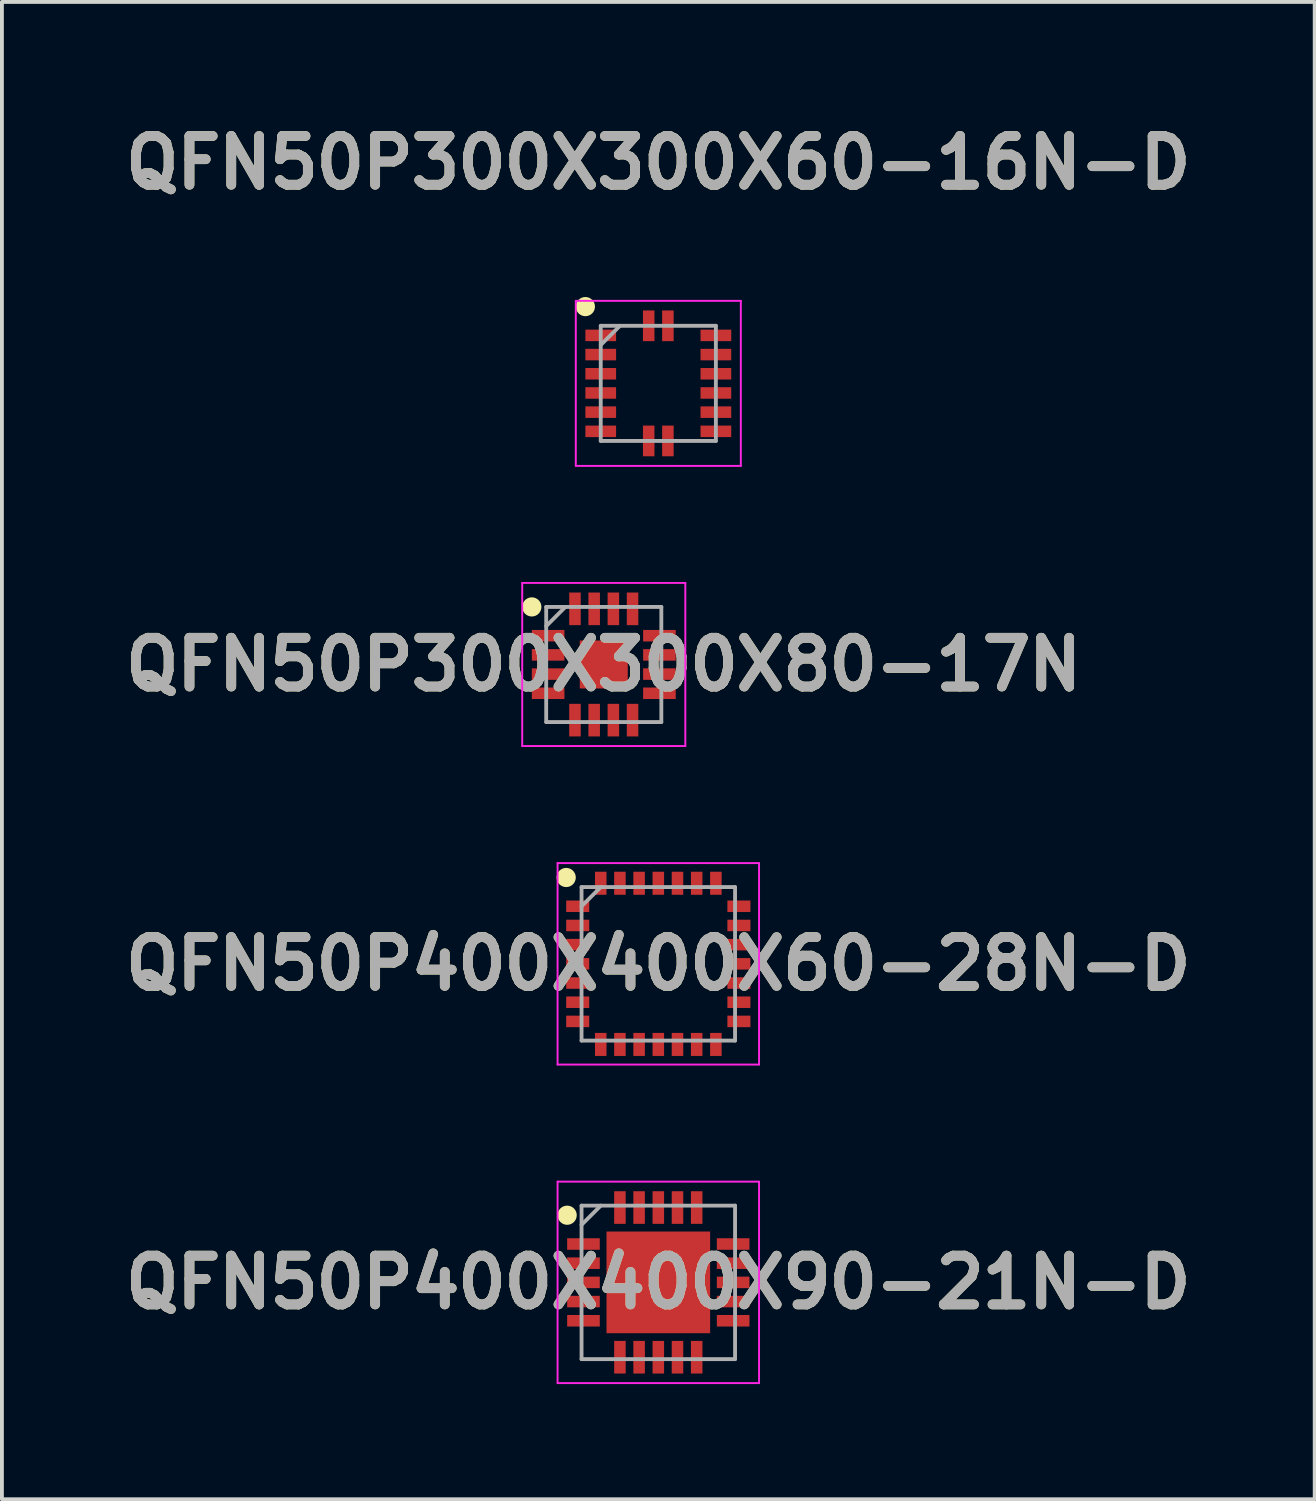
<source format=kicad_pcb>
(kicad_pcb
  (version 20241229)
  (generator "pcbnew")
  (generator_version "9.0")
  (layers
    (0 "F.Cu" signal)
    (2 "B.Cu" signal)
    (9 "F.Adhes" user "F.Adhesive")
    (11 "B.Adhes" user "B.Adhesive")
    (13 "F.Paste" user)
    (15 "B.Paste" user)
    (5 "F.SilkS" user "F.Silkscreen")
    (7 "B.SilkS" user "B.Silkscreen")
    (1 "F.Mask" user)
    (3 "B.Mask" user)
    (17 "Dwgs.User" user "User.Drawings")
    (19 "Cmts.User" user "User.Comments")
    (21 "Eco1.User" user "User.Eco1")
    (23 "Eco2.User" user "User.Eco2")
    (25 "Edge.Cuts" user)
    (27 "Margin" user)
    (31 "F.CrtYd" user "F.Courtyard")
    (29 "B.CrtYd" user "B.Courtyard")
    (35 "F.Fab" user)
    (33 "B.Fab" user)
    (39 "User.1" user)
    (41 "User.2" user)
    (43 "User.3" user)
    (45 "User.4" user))
  (footprint "QFN50P300X300X60-16N-D"
    (layer "F.Cu")
    (at 14.103 6.939)
    (property "Reference" "QFN50P300X300X60-16N-D" (at 0 -5.75 0) (layer "F.SilkS") (effects (font (size 1.27 1.27) (thickness 0.254))))
    (attr smd)
    (fp_circle (center -1.9 -2) (end -1.9 -1.875) (stroke (width 0.25) (type solid)) (fill no) (layer "F.SilkS"))
    (fp_line (start -2.15 -2.15) (end 2.15 -2.15) (stroke (width 0.05) (type solid)) (layer "F.CrtYd"))
    (fp_line (start -2.15 2.15) (end -2.15 -2.15) (stroke (width 0.05) (type solid)) (layer "F.CrtYd"))
    (fp_line (start 2.15 -2.15) (end 2.15 2.15) (stroke (width 0.05) (type solid)) (layer "F.CrtYd"))
    (fp_line (start 2.15 2.15) (end -2.15 2.15) (stroke (width 0.05) (type solid)) (layer "F.CrtYd"))
    (fp_line (start -1.5 -1.5) (end 1.5 -1.5) (stroke (width 0.1) (type solid)) (layer "F.Fab"))
    (fp_line (start -1.5 -1) (end -1 -1.5) (stroke (width 0.1) (type solid)) (layer "F.Fab"))
    (fp_line (start -1.5 1.5) (end -1.5 -1.5) (stroke (width 0.1) (type solid)) (layer "F.Fab"))
    (fp_line (start 1.5 -1.5) (end 1.5 1.5) (stroke (width 0.1) (type solid)) (layer "F.Fab"))
    (fp_line (start 1.5 1.5) (end -1.5 1.5) (stroke (width 0.1) (type solid)) (layer "F.Fab"))
    (fp_text user "${REFERENCE}" (at 0 -5.75 0) (layer "F.Fab") (effects (font (size 1.27 1.27) (thickness 0.254))))
    (pad "1" smd rect (at -1.5 -1.25 90) (size 0.3 0.8) (layers "F.Cu" "F.Mask" "F.Paste"))
    (pad "2" smd rect (at -1.5 -0.75 90) (size 0.3 0.8) (layers "F.Cu" "F.Mask" "F.Paste"))
    (pad "3" smd rect (at -1.5 -0.25 90) (size 0.3 0.8) (layers "F.Cu" "F.Mask" "F.Paste"))
    (pad "4" smd rect (at -1.5 0.25 90) (size 0.3 0.8) (layers "F.Cu" "F.Mask" "F.Paste"))
    (pad "5" smd rect (at -1.5 0.75 90) (size 0.3 0.8) (layers "F.Cu" "F.Mask" "F.Paste"))
    (pad "6" smd rect (at -1.5 1.25 90) (size 0.3 0.8) (layers "F.Cu" "F.Mask" "F.Paste"))
    (pad "7" smd rect (at -0.25 1.5) (size 0.3 0.8) (layers "F.Cu" "F.Mask" "F.Paste"))
    (pad "8" smd rect (at 0.25 1.5) (size 0.3 0.8) (layers "F.Cu" "F.Mask" "F.Paste"))
    (pad "9" smd rect (at 1.5 1.25 90) (size 0.3 0.8) (layers "F.Cu" "F.Mask" "F.Paste"))
    (pad "10" smd rect (at 1.5 0.75 90) (size 0.3 0.8) (layers "F.Cu" "F.Mask" "F.Paste"))
    (pad "11" smd rect (at 1.5 0.25 90) (size 0.3 0.8) (layers "F.Cu" "F.Mask" "F.Paste"))
    (pad "12" smd rect (at 1.5 -0.25 90) (size 0.3 0.8) (layers "F.Cu" "F.Mask" "F.Paste"))
    (pad "13" smd rect (at 1.5 -0.75 90) (size 0.3 0.8) (layers "F.Cu" "F.Mask" "F.Paste"))
    (pad "14" smd rect (at 1.5 -1.25 90) (size 0.3 0.8) (layers "F.Cu" "F.Mask" "F.Paste"))
    (pad "15" smd rect (at 0.25 -1.5) (size 0.3 0.8) (layers "F.Cu" "F.Mask" "F.Paste"))
    (pad "16" smd rect (at -0.25 -1.5) (size 0.3 0.8) (layers "F.Cu" "F.Mask" "F.Paste")))
  (footprint "QFN50P400X400X60-28N-D"
    (layer "F.Cu")
    (at 14.103 22.064)
    (property "Reference" "QFN50P400X400X60-28N-D" (at 0 0 0) (layer "F.SilkS") (effects (font (size 1.27 1.27) (thickness 0.254))))
    (attr smd)
    (fp_circle (center -2.4 -2.25) (end -2.4 -2.125) (stroke (width 0.25) (type solid)) (fill no) (layer "F.SilkS"))
    (fp_line (start -2.625 -2.625) (end 2.625 -2.625) (stroke (width 0.05) (type solid)) (layer "F.CrtYd"))
    (fp_line (start -2.625 2.625) (end -2.625 -2.625) (stroke (width 0.05) (type solid)) (layer "F.CrtYd"))
    (fp_line (start 2.625 -2.625) (end 2.625 2.625) (stroke (width 0.05) (type solid)) (layer "F.CrtYd"))
    (fp_line (start 2.625 2.625) (end -2.625 2.625) (stroke (width 0.05) (type solid)) (layer "F.CrtYd"))
    (fp_line (start -2 -2) (end 2 -2) (stroke (width 0.1) (type solid)) (layer "F.Fab"))
    (fp_line (start -2 -1.5) (end -1.5 -2) (stroke (width 0.1) (type solid)) (layer "F.Fab"))
    (fp_line (start -2 2) (end -2 -2) (stroke (width 0.1) (type solid)) (layer "F.Fab"))
    (fp_line (start 2 -2) (end 2 2) (stroke (width 0.1) (type solid)) (layer "F.Fab"))
    (fp_line (start 2 2) (end -2 2) (stroke (width 0.1) (type solid)) (layer "F.Fab"))
    (fp_text user "${REFERENCE}" (at 0 0 0) (layer "F.Fab") (effects (font (size 1.27 1.27) (thickness 0.254))))
    (pad "1" smd rect (at -2.1 -1.5 90) (size 0.3 0.6) (layers "F.Cu" "F.Mask" "F.Paste"))
    (pad "2" smd rect (at -2.1 -1 90) (size 0.3 0.6) (layers "F.Cu" "F.Mask" "F.Paste"))
    (pad "3" smd rect (at -2.1 -0.5 90) (size 0.3 0.6) (layers "F.Cu" "F.Mask" "F.Paste"))
    (pad "4" smd rect (at -2.1 0 90) (size 0.3 0.6) (layers "F.Cu" "F.Mask" "F.Paste"))
    (pad "5" smd rect (at -2.1 0.5 90) (size 0.3 0.6) (layers "F.Cu" "F.Mask" "F.Paste"))
    (pad "6" smd rect (at -2.1 1 90) (size 0.3 0.6) (layers "F.Cu" "F.Mask" "F.Paste"))
    (pad "7" smd rect (at -2.1 1.5 90) (size 0.3 0.6) (layers "F.Cu" "F.Mask" "F.Paste"))
    (pad "8" smd rect (at -1.5 2.1) (size 0.3 0.6) (layers "F.Cu" "F.Mask" "F.Paste"))
    (pad "9" smd rect (at -1 2.1) (size 0.3 0.6) (layers "F.Cu" "F.Mask" "F.Paste"))
    (pad "10" smd rect (at -0.5 2.1) (size 0.3 0.6) (layers "F.Cu" "F.Mask" "F.Paste"))
    (pad "11" smd rect (at 0 2.1) (size 0.3 0.6) (layers "F.Cu" "F.Mask" "F.Paste"))
    (pad "12" smd rect (at 0.5 2.1) (size 0.3 0.6) (layers "F.Cu" "F.Mask" "F.Paste"))
    (pad "13" smd rect (at 1 2.1) (size 0.3 0.6) (layers "F.Cu" "F.Mask" "F.Paste"))
    (pad "14" smd rect (at 1.5 2.1) (size 0.3 0.6) (layers "F.Cu" "F.Mask" "F.Paste"))
    (pad "15" smd rect (at 2.1 1.5 90) (size 0.3 0.6) (layers "F.Cu" "F.Mask" "F.Paste"))
    (pad "16" smd rect (at 2.1 1 90) (size 0.3 0.6) (layers "F.Cu" "F.Mask" "F.Paste"))
    (pad "17" smd rect (at 2.1 0.5 90) (size 0.3 0.6) (layers "F.Cu" "F.Mask" "F.Paste"))
    (pad "18" smd rect (at 2.1 0 90) (size 0.3 0.6) (layers "F.Cu" "F.Mask" "F.Paste"))
    (pad "19" smd rect (at 2.1 -0.5 90) (size 0.3 0.6) (layers "F.Cu" "F.Mask" "F.Paste"))
    (pad "20" smd rect (at 2.1 -1 90) (size 0.3 0.6) (layers "F.Cu" "F.Mask" "F.Paste"))
    (pad "21" smd rect (at 2.1 -1.5 90) (size 0.3 0.6) (layers "F.Cu" "F.Mask" "F.Paste"))
    (pad "22" smd rect (at 1.5 -2.1) (size 0.3 0.6) (layers "F.Cu" "F.Mask" "F.Paste"))
    (pad "23" smd rect (at 1 -2.1) (size 0.3 0.6) (layers "F.Cu" "F.Mask" "F.Paste"))
    (pad "24" smd rect (at 0.5 -2.1) (size 0.3 0.6) (layers "F.Cu" "F.Mask" "F.Paste"))
    (pad "25" smd rect (at 0 -2.1) (size 0.3 0.6) (layers "F.Cu" "F.Mask" "F.Paste"))
    (pad "26" smd rect (at -0.5 -2.1) (size 0.3 0.6) (layers "F.Cu" "F.Mask" "F.Paste"))
    (pad "27" smd rect (at -1 -2.1) (size 0.3 0.6) (layers "F.Cu" "F.Mask" "F.Paste"))
    (pad "28" smd rect (at -1.5 -2.1) (size 0.3 0.6) (layers "F.Cu" "F.Mask" "F.Paste")))
  (footprint "QFN50P400X400X90-21N-D"
    (layer "F.Cu")
    (at 14.103 30.364)
    (property "Reference" "QFN50P400X400X90-21N-D" (at 0 0 0) (layer "F.SilkS") (effects (font (size 1.27 1.27) (thickness 0.254))))
    (attr smd)
    (fp_circle (center -2.375 -1.75) (end -2.375 -1.625) (stroke (width 0.25) (type solid)) (fill no) (layer "F.SilkS"))
    (fp_line (start -2.625 -2.625) (end 2.625 -2.625) (stroke (width 0.05) (type solid)) (layer "F.CrtYd"))
    (fp_line (start -2.625 2.625) (end -2.625 -2.625) (stroke (width 0.05) (type solid)) (layer "F.CrtYd"))
    (fp_line (start 2.625 -2.625) (end 2.625 2.625) (stroke (width 0.05) (type solid)) (layer "F.CrtYd"))
    (fp_line (start 2.625 2.625) (end -2.625 2.625) (stroke (width 0.05) (type solid)) (layer "F.CrtYd"))
    (fp_line (start -2 -2) (end 2 -2) (stroke (width 0.1) (type solid)) (layer "F.Fab"))
    (fp_line (start -2 -1.5) (end -1.5 -2) (stroke (width 0.1) (type solid)) (layer "F.Fab"))
    (fp_line (start -2 2) (end -2 -2) (stroke (width 0.1) (type solid)) (layer "F.Fab"))
    (fp_line (start 2 -2) (end 2 2) (stroke (width 0.1) (type solid)) (layer "F.Fab"))
    (fp_line (start 2 2) (end -2 2) (stroke (width 0.1) (type solid)) (layer "F.Fab"))
    (fp_text user "${REFERENCE}" (at 0 0 0) (layer "F.Fab") (effects (font (size 1.27 1.27) (thickness 0.254))))
    (pad "1" smd rect (at -1.95 -1 90) (size 0.3 0.85) (layers "F.Cu" "F.Mask" "F.Paste"))
    (pad "2" smd rect (at -1.95 -0.5 90) (size 0.3 0.85) (layers "F.Cu" "F.Mask" "F.Paste"))
    (pad "3" smd rect (at -1.95 0 90) (size 0.3 0.85) (layers "F.Cu" "F.Mask" "F.Paste"))
    (pad "4" smd rect (at -1.95 0.5 90) (size 0.3 0.85) (layers "F.Cu" "F.Mask" "F.Paste"))
    (pad "5" smd rect (at -1.95 1 90) (size 0.3 0.85) (layers "F.Cu" "F.Mask" "F.Paste"))
    (pad "6" smd rect (at -1 1.95) (size 0.3 0.85) (layers "F.Cu" "F.Mask" "F.Paste"))
    (pad "7" smd rect (at -0.5 1.95) (size 0.3 0.85) (layers "F.Cu" "F.Mask" "F.Paste"))
    (pad "8" smd rect (at 0 1.95) (size 0.3 0.85) (layers "F.Cu" "F.Mask" "F.Paste"))
    (pad "9" smd rect (at 0.5 1.95) (size 0.3 0.85) (layers "F.Cu" "F.Mask" "F.Paste"))
    (pad "10" smd rect (at 1 1.95) (size 0.3 0.85) (layers "F.Cu" "F.Mask" "F.Paste"))
    (pad "11" smd rect (at 1.95 1 90) (size 0.3 0.85) (layers "F.Cu" "F.Mask" "F.Paste"))
    (pad "12" smd rect (at 1.95 0.5 90) (size 0.3 0.85) (layers "F.Cu" "F.Mask" "F.Paste"))
    (pad "13" smd rect (at 1.95 0 90) (size 0.3 0.85) (layers "F.Cu" "F.Mask" "F.Paste"))
    (pad "14" smd rect (at 1.95 -0.5 90) (size 0.3 0.85) (layers "F.Cu" "F.Mask" "F.Paste"))
    (pad "15" smd rect (at 1.95 -1 90) (size 0.3 0.85) (layers "F.Cu" "F.Mask" "F.Paste"))
    (pad "16" smd rect (at 1 -1.95) (size 0.3 0.85) (layers "F.Cu" "F.Mask" "F.Paste"))
    (pad "17" smd rect (at 0.5 -1.95) (size 0.3 0.85) (layers "F.Cu" "F.Mask" "F.Paste"))
    (pad "18" smd rect (at 0 -1.95) (size 0.3 0.85) (layers "F.Cu" "F.Mask" "F.Paste"))
    (pad "19" smd rect (at -0.5 -1.95) (size 0.3 0.85) (layers "F.Cu" "F.Mask" "F.Paste"))
    (pad "20" smd rect (at -1 -1.95) (size 0.3 0.85) (layers "F.Cu" "F.Mask" "F.Paste"))
    (pad "21" smd rect (at 0 0 90) (size 2.65 2.7) (layers "F.Cu" "F.Mask" "F.Paste")))
  (footprint "QFN50P300X300X80-17N"
    (layer "F.Cu")
    (at 12.682 14.264)
    (property "Reference" "QFN50P300X300X80-17N" (at 0 0 0) (layer "F.SilkS") (effects (font (size 1.27 1.27) (thickness 0.254))))
    (attr smd)
    (fp_circle (center -1.875 -1.5) (end -1.875 -1.375) (stroke (width 0.25) (type solid)) (fill no) (layer "F.SilkS"))
    (fp_line (start -2.125 -2.125) (end 2.125 -2.125) (stroke (width 0.05) (type solid)) (layer "F.CrtYd"))
    (fp_line (start -2.125 2.125) (end -2.125 -2.125) (stroke (width 0.05) (type solid)) (layer "F.CrtYd"))
    (fp_line (start 2.125 -2.125) (end 2.125 2.125) (stroke (width 0.05) (type solid)) (layer "F.CrtYd"))
    (fp_line (start 2.125 2.125) (end -2.125 2.125) (stroke (width 0.05) (type solid)) (layer "F.CrtYd"))
    (fp_line (start -1.5 -1.5) (end 1.5 -1.5) (stroke (width 0.1) (type solid)) (layer "F.Fab"))
    (fp_line (start -1.5 -1) (end -1 -1.5) (stroke (width 0.1) (type solid)) (layer "F.Fab"))
    (fp_line (start -1.5 1.5) (end -1.5 -1.5) (stroke (width 0.1) (type solid)) (layer "F.Fab"))
    (fp_line (start 1.5 -1.5) (end 1.5 1.5) (stroke (width 0.1) (type solid)) (layer "F.Fab"))
    (fp_line (start 1.5 1.5) (end -1.5 1.5) (stroke (width 0.1) (type solid)) (layer "F.Fab"))
    (fp_text user "${REFERENCE}" (at 0 0 0) (layer "F.Fab") (effects (font (size 1.27 1.27) (thickness 0.254))))
    (pad "1" smd rect (at -1.45 -0.75 90) (size 0.3 0.85) (layers "F.Cu" "F.Mask" "F.Paste"))
    (pad "2" smd rect (at -1.45 -0.25 90) (size 0.3 0.85) (layers "F.Cu" "F.Mask" "F.Paste"))
    (pad "3" smd rect (at -1.45 0.25 90) (size 0.3 0.85) (layers "F.Cu" "F.Mask" "F.Paste"))
    (pad "4" smd rect (at -1.45 0.75 90) (size 0.3 0.85) (layers "F.Cu" "F.Mask" "F.Paste"))
    (pad "5" smd rect (at -0.75 1.45) (size 0.3 0.85) (layers "F.Cu" "F.Mask" "F.Paste"))
    (pad "6" smd rect (at -0.25 1.45) (size 0.3 0.85) (layers "F.Cu" "F.Mask" "F.Paste"))
    (pad "7" smd rect (at 0.25 1.45) (size 0.3 0.85) (layers "F.Cu" "F.Mask" "F.Paste"))
    (pad "8" smd rect (at 0.75 1.45) (size 0.3 0.85) (layers "F.Cu" "F.Mask" "F.Paste"))
    (pad "9" smd rect (at 1.45 0.75 90) (size 0.3 0.85) (layers "F.Cu" "F.Mask" "F.Paste"))
    (pad "10" smd rect (at 1.45 0.25 90) (size 0.3 0.85) (layers "F.Cu" "F.Mask" "F.Paste"))
    (pad "11" smd rect (at 1.45 -0.25 90) (size 0.3 0.85) (layers "F.Cu" "F.Mask" "F.Paste"))
    (pad "12" smd rect (at 1.45 -0.75 90) (size 0.3 0.85) (layers "F.Cu" "F.Mask" "F.Paste"))
    (pad "13" smd rect (at 0.75 -1.45) (size 0.3 0.85) (layers "F.Cu" "F.Mask" "F.Paste"))
    (pad "14" smd rect (at 0.25 -1.45) (size 0.3 0.85) (layers "F.Cu" "F.Mask" "F.Paste"))
    (pad "15" smd rect (at -0.25 -1.45) (size 0.3 0.85) (layers "F.Cu" "F.Mask" "F.Paste"))
    (pad "16" smd rect (at -0.75 -1.45) (size 0.3 0.85) (layers "F.Cu" "F.Mask" "F.Paste"))
    (pad "17" smd rect (at 0 0) (size 1.25 1.25) (layers "F.Cu" "F.Mask" "F.Paste")))
  (gr_rect
    (start -3 -3)
    (end 31.206 36.014)
    (stroke (width 0.1) (type default))
    (fill no)
    (layer "Edge.Cuts")))
</source>
